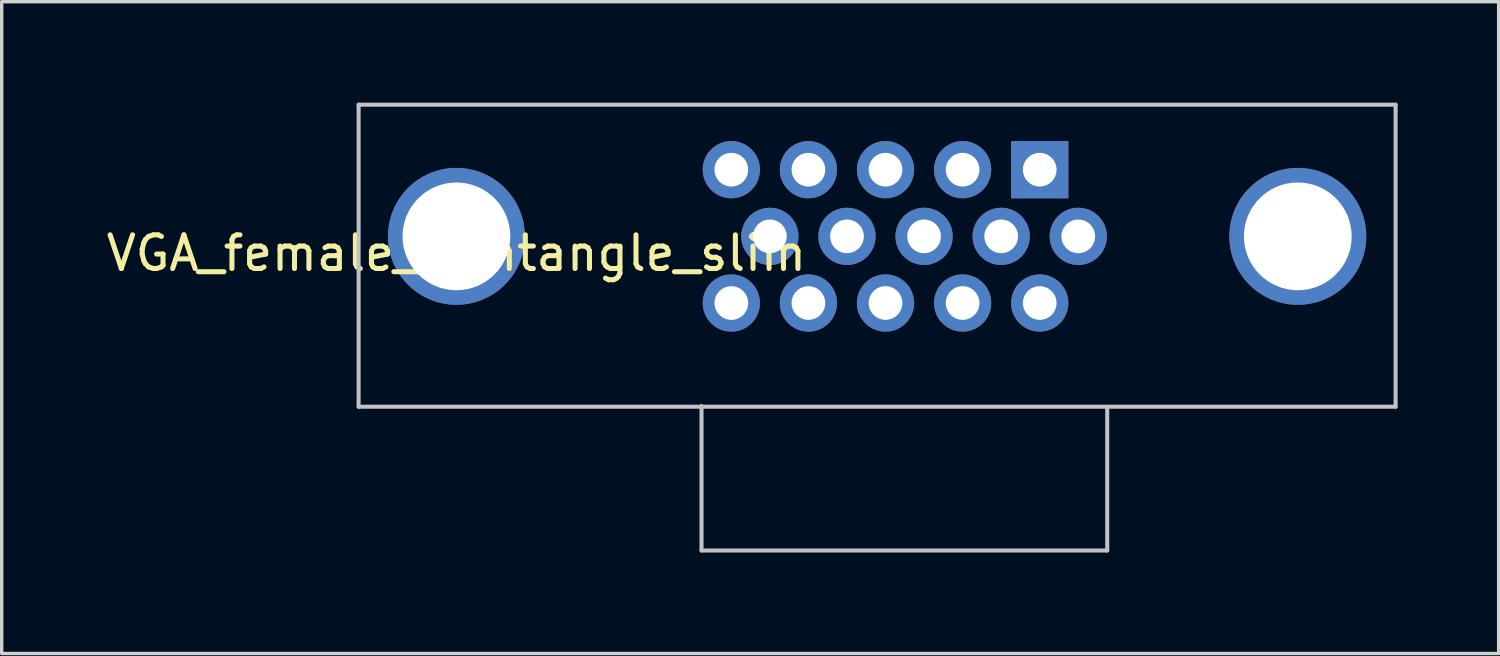
<source format=kicad_pcb>
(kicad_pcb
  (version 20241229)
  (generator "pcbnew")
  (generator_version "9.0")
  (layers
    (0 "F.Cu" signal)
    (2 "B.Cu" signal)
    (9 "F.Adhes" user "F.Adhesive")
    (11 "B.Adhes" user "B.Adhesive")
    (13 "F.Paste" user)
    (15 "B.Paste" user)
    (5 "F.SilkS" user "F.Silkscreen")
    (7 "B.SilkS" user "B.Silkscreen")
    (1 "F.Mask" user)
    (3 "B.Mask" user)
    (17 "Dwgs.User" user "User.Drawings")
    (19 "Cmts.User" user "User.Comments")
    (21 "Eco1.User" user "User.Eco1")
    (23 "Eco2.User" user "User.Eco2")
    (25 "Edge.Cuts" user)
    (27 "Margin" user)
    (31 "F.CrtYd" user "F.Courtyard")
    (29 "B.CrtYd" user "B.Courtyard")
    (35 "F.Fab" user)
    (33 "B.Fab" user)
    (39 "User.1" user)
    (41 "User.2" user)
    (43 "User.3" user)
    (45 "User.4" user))
  (footprint "VGA_female_rightangle_slim"
    (layer "F.Cu")
    (at 10.506 3.97)
    (property "Reference" "VGA_female_rightangle_slim" (at 0 0.5 0) (layer "F.SilkS") (effects (font (size 1 1) (thickness 0.15))))
    (attr through_hole)
    (fp_line (start -2.905 -3.91) (end -2.905 5.06) (stroke (width 0.12) (type solid)) (layer "Dwgs.User"))
    (fp_line (start -2.905 -3.91) (end 27.895 -3.91) (stroke (width 0.12) (type solid)) (layer "Dwgs.User"))
    (fp_line (start -2.905 5.06) (end 27.895 5.06) (stroke (width 0.12) (type solid)) (layer "Dwgs.User"))
    (fp_line (start 7.28 9.33) (end 7.28 5.04) (stroke (width 0.12) (type solid)) (layer "Dwgs.User"))
    (fp_line (start 19.33 5.08) (end 19.33 9.33) (stroke (width 0.12) (type solid)) (layer "Dwgs.User"))
    (fp_line (start 19.33 9.33) (end 7.28 9.33) (stroke (width 0.12) (type solid)) (layer "Dwgs.User"))
    (fp_line (start 27.895 -3.91) (end 27.895 5.06) (stroke (width 0.12) (type solid)) (layer "Dwgs.User"))
    (pad "1" thru_hole rect (at 17.325 -1.98 180) (size 1.7 1.7) (drill 1) (layers "*.Cu" "*.Mask"))
    (pad "2" thru_hole circle (at 15.035 -1.98 180) (size 1.7 1.7) (drill 1) (layers "*.Cu" "*.Mask"))
    (pad "3" thru_hole circle (at 12.745 -1.98 180) (size 1.7 1.7) (drill 1) (layers "*.Cu" "*.Mask"))
    (pad "4" thru_hole circle (at 10.455 -1.98 180) (size 1.7 1.7) (drill 1) (layers "*.Cu" "*.Mask"))
    (pad "5" thru_hole circle (at 8.165 -1.98 180) (size 1.7 1.7) (drill 1) (layers "*.Cu" "*.Mask"))
    (pad "6" thru_hole circle (at 18.47 0 180) (size 1.7 1.7) (drill 1) (layers "*.Cu" "*.Mask"))
    (pad "7" thru_hole circle (at 16.18 0 180) (size 1.7 1.7) (drill 1) (layers "*.Cu" "*.Mask"))
    (pad "8" thru_hole circle (at 13.89 0 180) (size 1.7 1.7) (drill 1) (layers "*.Cu" "*.Mask"))
    (pad "9" thru_hole circle (at 11.6 0 180) (size 1.7 1.7) (drill 1) (layers "*.Cu" "*.Mask"))
    (pad "10" thru_hole circle (at 9.31 0 180) (size 1.7 1.7) (drill 1) (layers "*.Cu" "*.Mask"))
    (pad "11" thru_hole circle (at 17.325 1.98 180) (size 1.7 1.7) (drill 1) (layers "*.Cu" "*.Mask"))
    (pad "12" thru_hole circle (at 15.035 1.98 180) (size 1.7 1.7) (drill 1) (layers "*.Cu" "*.Mask"))
    (pad "13" thru_hole circle (at 12.745 1.98 180) (size 1.7 1.7) (drill 1) (layers "*.Cu" "*.Mask"))
    (pad "14" thru_hole circle (at 10.455 1.98 180) (size 1.7 1.7) (drill 1) (layers "*.Cu" "*.Mask"))
    (pad "15" thru_hole circle (at 8.165 1.98 180) (size 1.7 1.7) (drill 1) (layers "*.Cu" "*.Mask"))
    (pad "S1" thru_hole circle (at 0 0) (size 4.066 4.066) (drill 3.2) (layers "*.Cu" "*.Mask"))
    (pad "S2" thru_hole circle (at 24.99 0) (size 4.066 4.066) (drill 3.2) (layers "*.Cu" "*.Mask")))
  (gr_rect
    (start -3 -3)
    (end 41.461 16.36)
    (stroke (width 0.1) (type default))
    (fill no)
    (layer "Edge.Cuts")))
</source>
